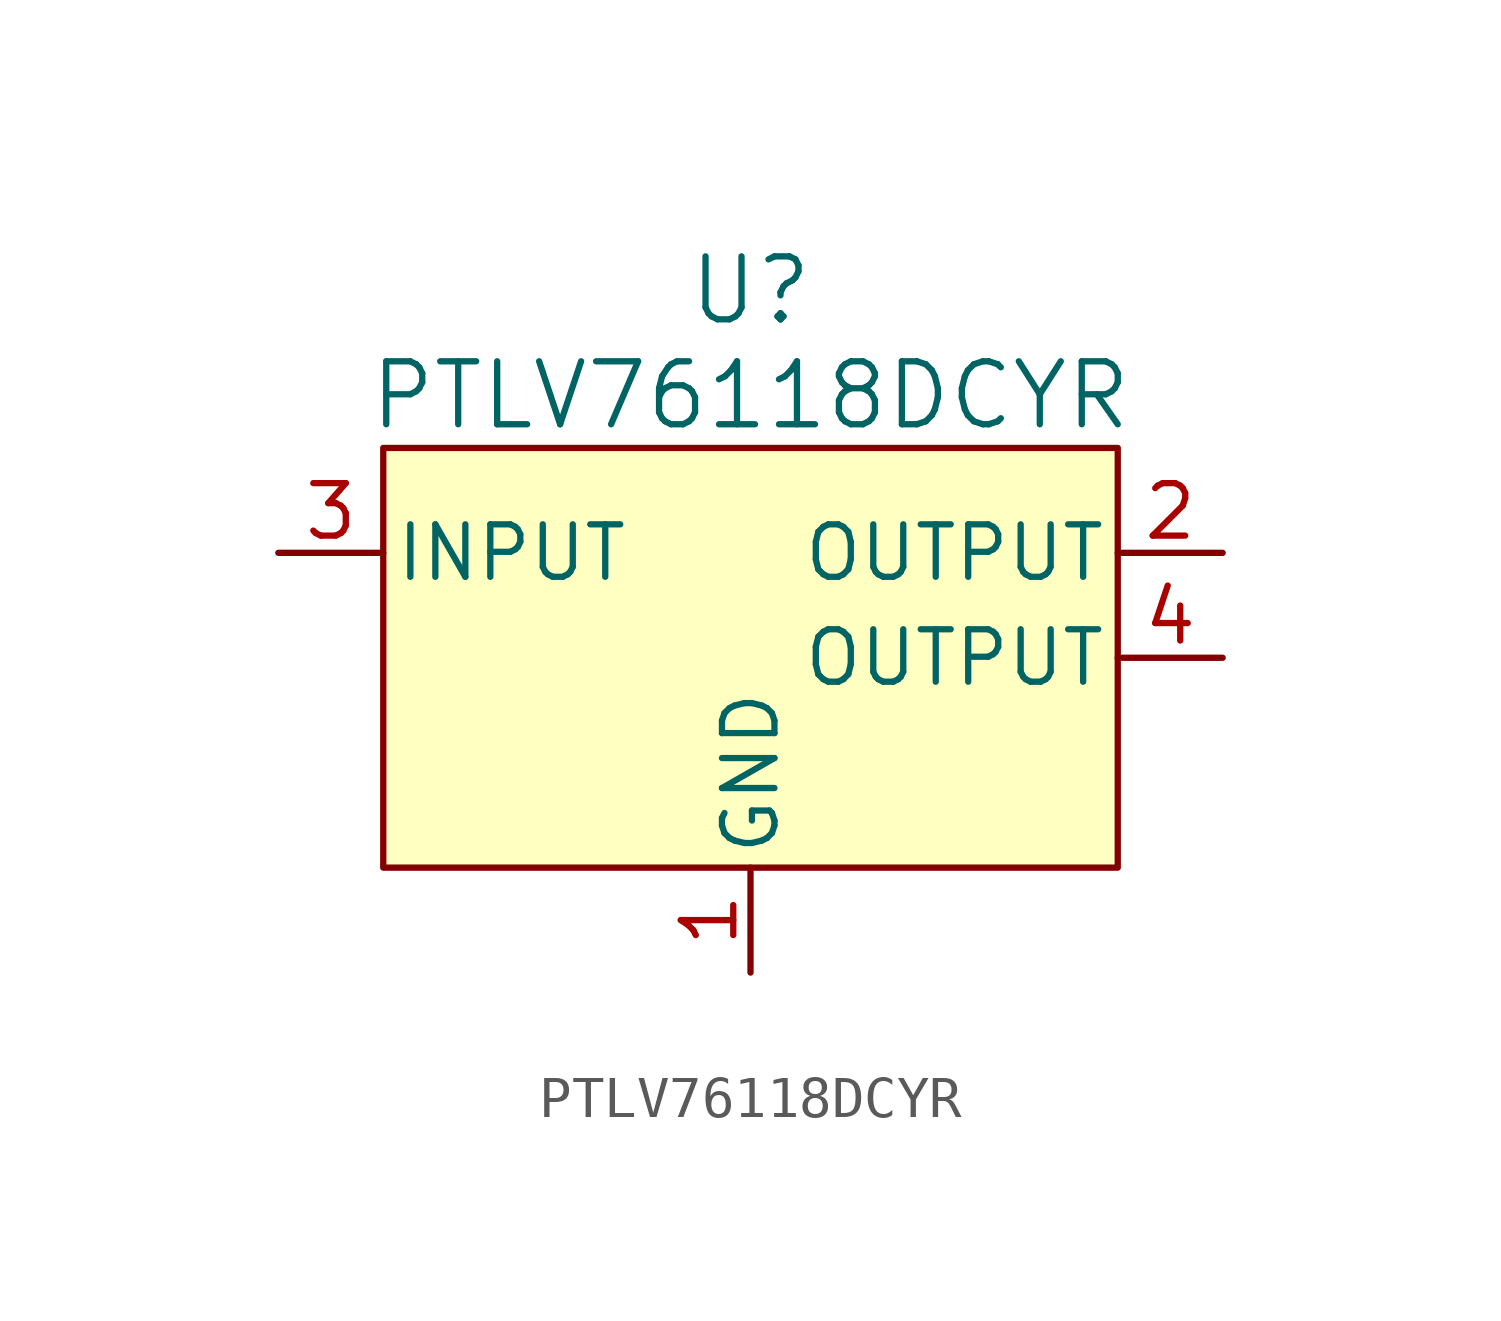
<source format=kicad_sym>
(kicad_symbol_lib
  (version 20220914)
  (generator kicad_symbol_editor)
  (symbol "PTLV76118DCYR"
    (pin_names
      (offset 0.254))
    (property "Reference" "U"
      (at 29.21 6.35 0)
      (effects (font (size 1.524 1.524))))
    (property "Value" "PTLV76118DCYR"
      (at 29.21 3.81 0)
      (effects (font (size 1.524 1.524))))
    (property "ki_locked" ""
      (at 0 0 0)
      (effects (font (size 1.27 1.27))))
    (symbol "PTLV76118DCYR_1_1"
      (rectangle (start 20.32 2.54) (end 38.1 -7.62) (stroke (width 0) (type default)) (fill (type background)))
      (pin power_in line (at 29.21 -10.16 90) (length 2.54) (name "GND" (effects (font (size 1.27 1.27)))) (number "1" (effects (font (size 1.27 1.27)))))
      (pin power_out line (at 40.64 0 180) (length 2.54) (name "OUTPUT" (effects (font (size 1.27 1.27)))) (number "2" (effects (font (size 1.27 1.27)))))
      (pin power_in line (at 17.78 0 0) (length 2.54) (name "INPUT" (effects (font (size 1.27 1.27)))) (number "3" (effects (font (size 1.27 1.27)))))
      (pin power_out line (at 40.64 -2.54 180) (length 2.54) (name "OUTPUT" (effects (font (size 1.27 1.27)))) (number "4" (effects (font (size 1.27 1.27))))))))
</source>
